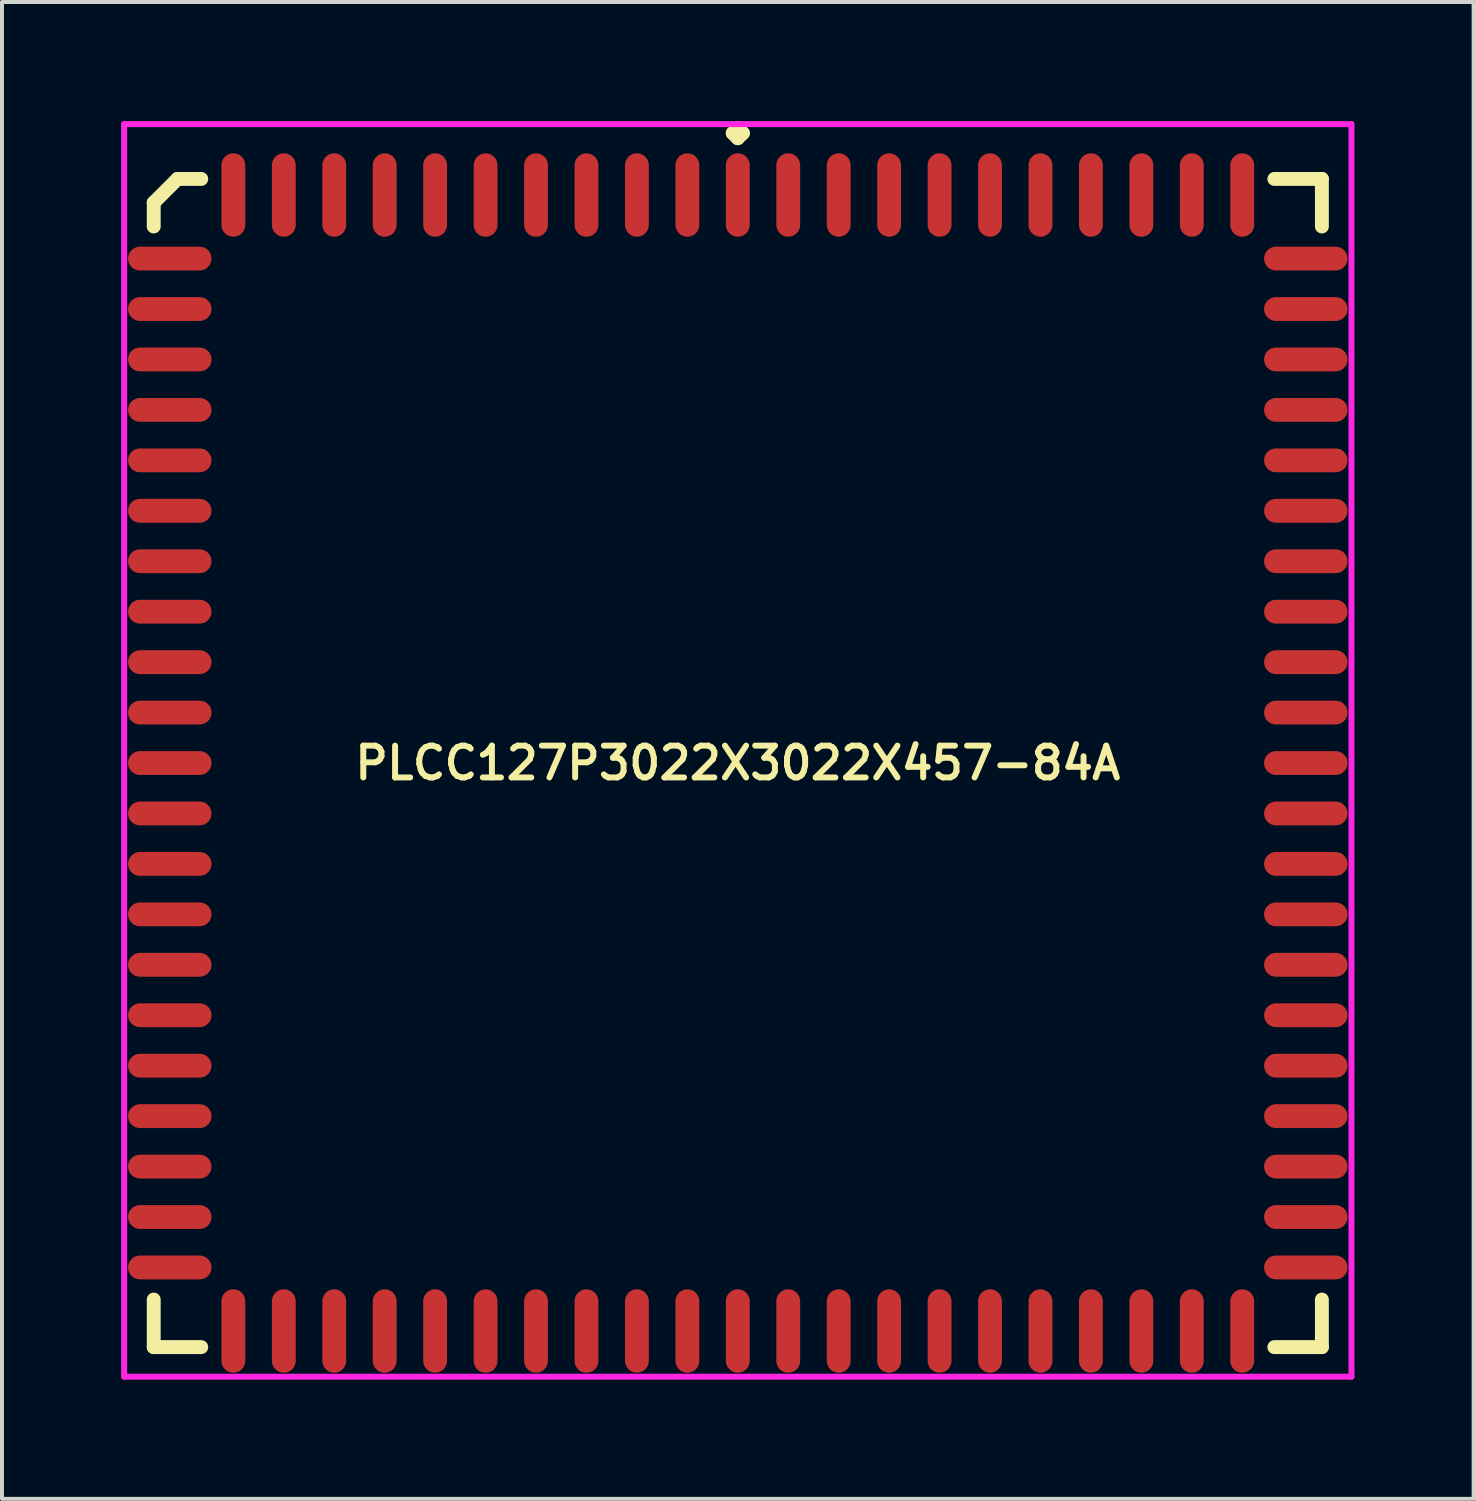
<source format=kicad_pcb>
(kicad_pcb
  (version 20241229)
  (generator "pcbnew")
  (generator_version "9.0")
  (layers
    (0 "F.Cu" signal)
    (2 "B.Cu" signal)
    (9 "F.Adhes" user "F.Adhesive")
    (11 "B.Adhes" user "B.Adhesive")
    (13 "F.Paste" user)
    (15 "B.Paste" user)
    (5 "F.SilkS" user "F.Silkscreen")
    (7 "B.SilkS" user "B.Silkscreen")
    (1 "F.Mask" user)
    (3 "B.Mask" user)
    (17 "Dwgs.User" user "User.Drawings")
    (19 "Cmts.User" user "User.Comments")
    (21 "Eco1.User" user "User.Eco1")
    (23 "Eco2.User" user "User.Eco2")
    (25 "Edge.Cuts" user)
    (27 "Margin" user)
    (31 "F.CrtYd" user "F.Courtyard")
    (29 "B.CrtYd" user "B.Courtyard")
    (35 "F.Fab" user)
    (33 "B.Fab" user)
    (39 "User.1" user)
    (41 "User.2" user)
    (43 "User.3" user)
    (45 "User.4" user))
  (footprint "PLCC127P3022X3022X457-84A"
    (layer "F.Cu")
    (at 15.525 16.16)
    (property "Reference" "PLCC127P3022X3022X457-84A" (at 0 0 0) (layer "F.SilkS") (effects (font (size 0.8 0.8) (thickness 0.15))))
    (attr smd)
    (fp_line (start -14.705 -14.107) (end -14.107 -14.705) (stroke (width 0.35) (type solid)) (layer "F.SilkS"))
    (fp_line (start -14.705 -13.508) (end -14.705 -14.107) (stroke (width 0.35) (type solid)) (layer "F.SilkS"))
    (fp_line (start -14.705 13.508) (end -14.705 14.705) (stroke (width 0.35) (type solid)) (layer "F.SilkS"))
    (fp_line (start -14.705 14.705) (end -13.508 14.705) (stroke (width 0.35) (type solid)) (layer "F.SilkS"))
    (fp_line (start -14.107 -14.705) (end -13.508 -14.705) (stroke (width 0.35) (type solid)) (layer "F.SilkS"))
    (fp_line (start -0.127 -15.858) (end 0 -15.985) (stroke (width 0.35) (type solid)) (layer "F.SilkS"))
    (fp_line (start 0 -15.985) (end 0.127 -15.858) (stroke (width 0.35) (type solid)) (layer "F.SilkS"))
    (fp_line (start 0 -15.731) (end -0.127 -15.858) (stroke (width 0.35) (type solid)) (layer "F.SilkS"))
    (fp_line (start 0.127 -15.858) (end 0 -15.731) (stroke (width 0.35) (type solid)) (layer "F.SilkS"))
    (fp_line (start 14.705 -14.705) (end 13.508 -14.705) (stroke (width 0.35) (type solid)) (layer "F.SilkS"))
    (fp_line (start 14.705 -13.508) (end 14.705 -14.705) (stroke (width 0.35) (type solid)) (layer "F.SilkS"))
    (fp_line (start 14.705 13.508) (end 14.705 14.705) (stroke (width 0.35) (type solid)) (layer "F.SilkS"))
    (fp_line (start 14.705 14.705) (end 13.508 14.705) (stroke (width 0.35) (type solid)) (layer "F.SilkS"))
    (fp_line (start -15.45 -16.085) (end 15.45 -16.085) (stroke (width 0.15) (type solid)) (layer "F.CrtYd"))
    (fp_line (start -15.45 15.45) (end -15.45 -16.085) (stroke (width 0.15) (type solid)) (layer "F.CrtYd"))
    (fp_line (start 15.45 -16.085) (end 15.45 15.45) (stroke (width 0.15) (type solid)) (layer "F.CrtYd"))
    (fp_line (start 15.45 15.45) (end -15.45 15.45) (stroke (width 0.15) (type solid)) (layer "F.CrtYd"))
    (pad "1" smd oval (at 0 -14.3) (size 0.6 2.1) (layers "F.Cu" "F.Mask" "F.Paste"))
    (pad "2" smd oval (at -1.27 -14.3) (size 0.6 2.1) (layers "F.Cu" "F.Mask" "F.Paste"))
    (pad "3" smd oval (at -2.54 -14.3) (size 0.6 2.1) (layers "F.Cu" "F.Mask" "F.Paste"))
    (pad "4" smd oval (at -3.81 -14.3) (size 0.6 2.1) (layers "F.Cu" "F.Mask" "F.Paste"))
    (pad "5" smd oval (at -5.08 -14.3) (size 0.6 2.1) (layers "F.Cu" "F.Mask" "F.Paste"))
    (pad "6" smd oval (at -6.35 -14.3) (size 0.6 2.1) (layers "F.Cu" "F.Mask" "F.Paste"))
    (pad "7" smd oval (at -7.62 -14.3) (size 0.6 2.1) (layers "F.Cu" "F.Mask" "F.Paste"))
    (pad "8" smd oval (at -8.89 -14.3) (size 0.6 2.1) (layers "F.Cu" "F.Mask" "F.Paste"))
    (pad "9" smd oval (at -10.16 -14.3) (size 0.6 2.1) (layers "F.Cu" "F.Mask" "F.Paste"))
    (pad "10" smd oval (at -11.43 -14.3) (size 0.6 2.1) (layers "F.Cu" "F.Mask" "F.Paste"))
    (pad "11" smd oval (at -12.7 -14.3) (size 0.6 2.1) (layers "F.Cu" "F.Mask" "F.Paste"))
    (pad "12" smd oval (at -14.3 -12.7) (size 2.1 0.6) (layers "F.Cu" "F.Mask" "F.Paste"))
    (pad "13" smd oval (at -14.3 -11.43) (size 2.1 0.6) (layers "F.Cu" "F.Mask" "F.Paste"))
    (pad "14" smd oval (at -14.3 -10.16) (size 2.1 0.6) (layers "F.Cu" "F.Mask" "F.Paste"))
    (pad "15" smd oval (at -14.3 -8.89) (size 2.1 0.6) (layers "F.Cu" "F.Mask" "F.Paste"))
    (pad "16" smd oval (at -14.3 -7.62) (size 2.1 0.6) (layers "F.Cu" "F.Mask" "F.Paste"))
    (pad "17" smd oval (at -14.3 -6.35) (size 2.1 0.6) (layers "F.Cu" "F.Mask" "F.Paste"))
    (pad "18" smd oval (at -14.3 -5.08) (size 2.1 0.6) (layers "F.Cu" "F.Mask" "F.Paste"))
    (pad "19" smd oval (at -14.3 -3.81) (size 2.1 0.6) (layers "F.Cu" "F.Mask" "F.Paste"))
    (pad "20" smd oval (at -14.3 -2.54) (size 2.1 0.6) (layers "F.Cu" "F.Mask" "F.Paste"))
    (pad "21" smd oval (at -14.3 -1.27) (size 2.1 0.6) (layers "F.Cu" "F.Mask" "F.Paste"))
    (pad "22" smd oval (at -14.3 0) (size 2.1 0.6) (layers "F.Cu" "F.Mask" "F.Paste"))
    (pad "23" smd oval (at -14.3 1.27) (size 2.1 0.6) (layers "F.Cu" "F.Mask" "F.Paste"))
    (pad "24" smd oval (at -14.3 2.54) (size 2.1 0.6) (layers "F.Cu" "F.Mask" "F.Paste"))
    (pad "25" smd oval (at -14.3 3.81) (size 2.1 0.6) (layers "F.Cu" "F.Mask" "F.Paste"))
    (pad "26" smd oval (at -14.3 5.08) (size 2.1 0.6) (layers "F.Cu" "F.Mask" "F.Paste"))
    (pad "27" smd oval (at -14.3 6.35) (size 2.1 0.6) (layers "F.Cu" "F.Mask" "F.Paste"))
    (pad "28" smd oval (at -14.3 7.62) (size 2.1 0.6) (layers "F.Cu" "F.Mask" "F.Paste"))
    (pad "29" smd oval (at -14.3 8.89) (size 2.1 0.6) (layers "F.Cu" "F.Mask" "F.Paste"))
    (pad "30" smd oval (at -14.3 10.16) (size 2.1 0.6) (layers "F.Cu" "F.Mask" "F.Paste"))
    (pad "31" smd oval (at -14.3 11.43) (size 2.1 0.6) (layers "F.Cu" "F.Mask" "F.Paste"))
    (pad "32" smd oval (at -14.3 12.7) (size 2.1 0.6) (layers "F.Cu" "F.Mask" "F.Paste"))
    (pad "33" smd oval (at -12.7 14.3) (size 0.6 2.1) (layers "F.Cu" "F.Mask" "F.Paste"))
    (pad "34" smd oval (at -11.43 14.3) (size 0.6 2.1) (layers "F.Cu" "F.Mask" "F.Paste"))
    (pad "35" smd oval (at -10.16 14.3) (size 0.6 2.1) (layers "F.Cu" "F.Mask" "F.Paste"))
    (pad "36" smd oval (at -8.89 14.3) (size 0.6 2.1) (layers "F.Cu" "F.Mask" "F.Paste"))
    (pad "37" smd oval (at -7.62 14.3) (size 0.6 2.1) (layers "F.Cu" "F.Mask" "F.Paste"))
    (pad "38" smd oval (at -6.35 14.3) (size 0.6 2.1) (layers "F.Cu" "F.Mask" "F.Paste"))
    (pad "39" smd oval (at -5.08 14.3) (size 0.6 2.1) (layers "F.Cu" "F.Mask" "F.Paste"))
    (pad "40" smd oval (at -3.81 14.3) (size 0.6 2.1) (layers "F.Cu" "F.Mask" "F.Paste"))
    (pad "41" smd oval (at -2.54 14.3) (size 0.6 2.1) (layers "F.Cu" "F.Mask" "F.Paste"))
    (pad "42" smd oval (at -1.27 14.3) (size 0.6 2.1) (layers "F.Cu" "F.Mask" "F.Paste"))
    (pad "43" smd oval (at 0 14.3) (size 0.6 2.1) (layers "F.Cu" "F.Mask" "F.Paste"))
    (pad "44" smd oval (at 1.27 14.3) (size 0.6 2.1) (layers "F.Cu" "F.Mask" "F.Paste"))
    (pad "45" smd oval (at 2.54 14.3) (size 0.6 2.1) (layers "F.Cu" "F.Mask" "F.Paste"))
    (pad "46" smd oval (at 3.81 14.3) (size 0.6 2.1) (layers "F.Cu" "F.Mask" "F.Paste"))
    (pad "47" smd oval (at 5.08 14.3) (size 0.6 2.1) (layers "F.Cu" "F.Mask" "F.Paste"))
    (pad "48" smd oval (at 6.35 14.3) (size 0.6 2.1) (layers "F.Cu" "F.Mask" "F.Paste"))
    (pad "49" smd oval (at 7.62 14.3) (size 0.6 2.1) (layers "F.Cu" "F.Mask" "F.Paste"))
    (pad "50" smd oval (at 8.89 14.3) (size 0.6 2.1) (layers "F.Cu" "F.Mask" "F.Paste"))
    (pad "51" smd oval (at 10.16 14.3) (size 0.6 2.1) (layers "F.Cu" "F.Mask" "F.Paste"))
    (pad "52" smd oval (at 11.43 14.3) (size 0.6 2.1) (layers "F.Cu" "F.Mask" "F.Paste"))
    (pad "53" smd oval (at 12.7 14.3) (size 0.6 2.1) (layers "F.Cu" "F.Mask" "F.Paste"))
    (pad "54" smd oval (at 14.3 12.7) (size 2.1 0.6) (layers "F.Cu" "F.Mask" "F.Paste"))
    (pad "55" smd oval (at 14.3 11.43) (size 2.1 0.6) (layers "F.Cu" "F.Mask" "F.Paste"))
    (pad "56" smd oval (at 14.3 10.16) (size 2.1 0.6) (layers "F.Cu" "F.Mask" "F.Paste"))
    (pad "57" smd oval (at 14.3 8.89) (size 2.1 0.6) (layers "F.Cu" "F.Mask" "F.Paste"))
    (pad "58" smd oval (at 14.3 7.62) (size 2.1 0.6) (layers "F.Cu" "F.Mask" "F.Paste"))
    (pad "59" smd oval (at 14.3 6.35) (size 2.1 0.6) (layers "F.Cu" "F.Mask" "F.Paste"))
    (pad "60" smd oval (at 14.3 5.08) (size 2.1 0.6) (layers "F.Cu" "F.Mask" "F.Paste"))
    (pad "61" smd oval (at 14.3 3.81) (size 2.1 0.6) (layers "F.Cu" "F.Mask" "F.Paste"))
    (pad "62" smd oval (at 14.3 2.54) (size 2.1 0.6) (layers "F.Cu" "F.Mask" "F.Paste"))
    (pad "63" smd oval (at 14.3 1.27) (size 2.1 0.6) (layers "F.Cu" "F.Mask" "F.Paste"))
    (pad "64" smd oval (at 14.3 0) (size 2.1 0.6) (layers "F.Cu" "F.Mask" "F.Paste"))
    (pad "65" smd oval (at 14.3 -1.27) (size 2.1 0.6) (layers "F.Cu" "F.Mask" "F.Paste"))
    (pad "66" smd oval (at 14.3 -2.54) (size 2.1 0.6) (layers "F.Cu" "F.Mask" "F.Paste"))
    (pad "67" smd oval (at 14.3 -3.81) (size 2.1 0.6) (layers "F.Cu" "F.Mask" "F.Paste"))
    (pad "68" smd oval (at 14.3 -5.08) (size 2.1 0.6) (layers "F.Cu" "F.Mask" "F.Paste"))
    (pad "69" smd oval (at 14.3 -6.35) (size 2.1 0.6) (layers "F.Cu" "F.Mask" "F.Paste"))
    (pad "70" smd oval (at 14.3 -7.62) (size 2.1 0.6) (layers "F.Cu" "F.Mask" "F.Paste"))
    (pad "71" smd oval (at 14.3 -8.89) (size 2.1 0.6) (layers "F.Cu" "F.Mask" "F.Paste"))
    (pad "72" smd oval (at 14.3 -10.16) (size 2.1 0.6) (layers "F.Cu" "F.Mask" "F.Paste"))
    (pad "73" smd oval (at 14.3 -11.43) (size 2.1 0.6) (layers "F.Cu" "F.Mask" "F.Paste"))
    (pad "74" smd oval (at 14.3 -12.7) (size 2.1 0.6) (layers "F.Cu" "F.Mask" "F.Paste"))
    (pad "75" smd oval (at 12.7 -14.3) (size 0.6 2.1) (layers "F.Cu" "F.Mask" "F.Paste"))
    (pad "76" smd oval (at 11.43 -14.3) (size 0.6 2.1) (layers "F.Cu" "F.Mask" "F.Paste"))
    (pad "77" smd oval (at 10.16 -14.3) (size 0.6 2.1) (layers "F.Cu" "F.Mask" "F.Paste"))
    (pad "78" smd oval (at 8.89 -14.3) (size 0.6 2.1) (layers "F.Cu" "F.Mask" "F.Paste"))
    (pad "79" smd oval (at 7.62 -14.3) (size 0.6 2.1) (layers "F.Cu" "F.Mask" "F.Paste"))
    (pad "80" smd oval (at 6.35 -14.3) (size 0.6 2.1) (layers "F.Cu" "F.Mask" "F.Paste"))
    (pad "81" smd oval (at 5.08 -14.3) (size 0.6 2.1) (layers "F.Cu" "F.Mask" "F.Paste"))
    (pad "82" smd oval (at 3.81 -14.3) (size 0.6 2.1) (layers "F.Cu" "F.Mask" "F.Paste"))
    (pad "83" smd oval (at 2.54 -14.3) (size 0.6 2.1) (layers "F.Cu" "F.Mask" "F.Paste"))
    (pad "84" smd oval (at 1.27 -14.3) (size 0.6 2.1) (layers "F.Cu" "F.Mask" "F.Paste")))
  (gr_rect
    (start -3 -3)
    (end 34.05 34.685)
    (stroke (width 0.1) (type default))
    (fill no)
    (layer "Edge.Cuts")))
</source>
